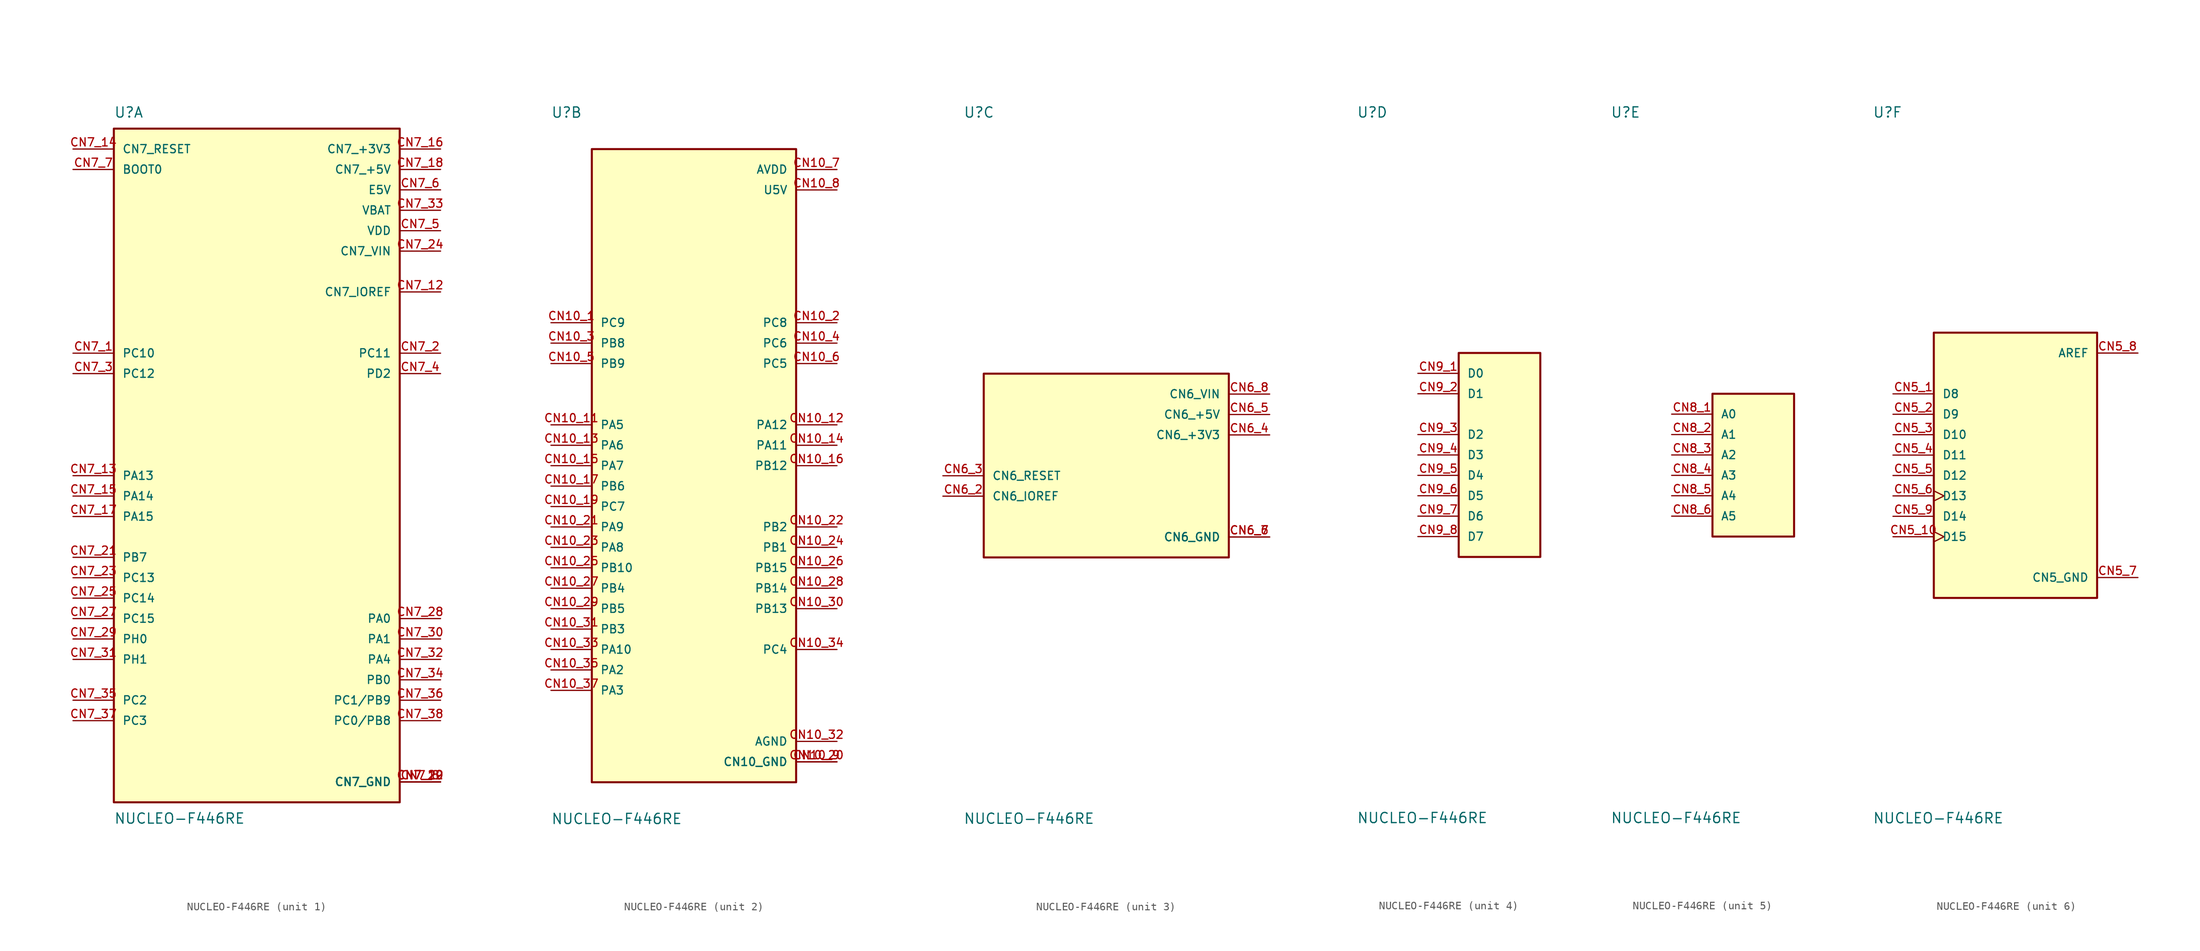
<source format=kicad_sym>
(kicad_symbol_lib
  (version 20231120)
  (generator "kicad_symbol_editor")
  (generator_version "8.0")
  (symbol "NUCLEO-F446RE"
    (pin_names
      (offset 1.016))
    (property "Reference" "U"
      (at -17.78 41.91 0)
      (effects (font (size 1.27 1.27)) (justify left bottom)))
    (property "Value" "NUCLEO-F446RE"
      (at -17.78 -44.45 0)
      (effects (font (size 1.27 1.27)) (justify left top)))
    (symbol "NUCLEO-F446RE_1_0"
      (rectangle (start -17.78 40.64) (end 17.78 -43.18) (stroke (width 0.254) (type default)) (fill (type background)))
      (pin bidirectional line (at -22.86 12.7 0) (length 5.08) (name "PC10" (effects (font (size 1.016 1.016)))) (number "CN7_1" (effects (font (size 1.016 1.016)))))
      (pin bidirectional line (at 22.86 20.32 180) (length 5.08) (name "CN7_IOREF" (effects (font (size 1.016 1.016)))) (number "CN7_12" (effects (font (size 1.016 1.016)))))
      (pin bidirectional line (at -22.86 -2.54 0) (length 5.08) (name "PA13" (effects (font (size 1.016 1.016)))) (number "CN7_13" (effects (font (size 1.016 1.016)))))
      (pin bidirectional line (at -22.86 38.1 0) (length 5.08) (name "CN7_RESET" (effects (font (size 1.016 1.016)))) (number "CN7_14" (effects (font (size 1.016 1.016)))))
      (pin bidirectional line (at -22.86 -5.08 0) (length 5.08) (name "PA14" (effects (font (size 1.016 1.016)))) (number "CN7_15" (effects (font (size 1.016 1.016)))))
      (pin power_in line (at 22.86 38.1 180) (length 5.08) (name "CN7_+3V3" (effects (font (size 1.016 1.016)))) (number "CN7_16" (effects (font (size 1.016 1.016)))))
      (pin bidirectional line (at -22.86 -7.62 0) (length 5.08) (name "PA15" (effects (font (size 1.016 1.016)))) (number "CN7_17" (effects (font (size 1.016 1.016)))))
      (pin power_in line (at 22.86 35.56 180) (length 5.08) (name "CN7_+5V" (effects (font (size 1.016 1.016)))) (number "CN7_18" (effects (font (size 1.016 1.016)))))
      (pin power_in line (at 22.86 -40.64 180) (length 5.08) (name "CN7_GND" (effects (font (size 1.016 1.016)))) (number "CN7_19" (effects (font (size 1.016 1.016)))))
      (pin bidirectional line (at 22.86 12.7 180) (length 5.08) (name "PC11" (effects (font (size 1.016 1.016)))) (number "CN7_2" (effects (font (size 1.016 1.016)))))
      (pin power_in line (at 22.86 -40.64 180) (length 5.08) (name "CN7_GND" (effects (font (size 1.016 1.016)))) (number "CN7_20" (effects (font (size 1.016 1.016)))))
      (pin bidirectional line (at -22.86 -12.7 0) (length 5.08) (name "PB7" (effects (font (size 1.016 1.016)))) (number "CN7_21" (effects (font (size 1.016 1.016)))))
      (pin power_in line (at 22.86 -40.64 180) (length 5.08) (name "CN7_GND" (effects (font (size 1.016 1.016)))) (number "CN7_22" (effects (font (size 1.016 1.016)))))
      (pin bidirectional line (at -22.86 -15.24 0) (length 5.08) (name "PC13" (effects (font (size 1.016 1.016)))) (number "CN7_23" (effects (font (size 1.016 1.016)))))
      (pin power_in line (at 22.86 25.4 180) (length 5.08) (name "CN7_VIN" (effects (font (size 1.016 1.016)))) (number "CN7_24" (effects (font (size 1.016 1.016)))))
      (pin bidirectional line (at -22.86 -17.78 0) (length 5.08) (name "PC14" (effects (font (size 1.016 1.016)))) (number "CN7_25" (effects (font (size 1.016 1.016)))))
      (pin bidirectional line (at -22.86 -20.32 0) (length 5.08) (name "PC15" (effects (font (size 1.016 1.016)))) (number "CN7_27" (effects (font (size 1.016 1.016)))))
      (pin bidirectional line (at 22.86 -20.32 180) (length 5.08) (name "PA0" (effects (font (size 1.016 1.016)))) (number "CN7_28" (effects (font (size 1.016 1.016)))))
      (pin bidirectional line (at -22.86 -22.86 0) (length 5.08) (name "PH0" (effects (font (size 1.016 1.016)))) (number "CN7_29" (effects (font (size 1.016 1.016)))))
      (pin bidirectional line (at -22.86 10.16 0) (length 5.08) (name "PC12" (effects (font (size 1.016 1.016)))) (number "CN7_3" (effects (font (size 1.016 1.016)))))
      (pin bidirectional line (at 22.86 -22.86 180) (length 5.08) (name "PA1" (effects (font (size 1.016 1.016)))) (number "CN7_30" (effects (font (size 1.016 1.016)))))
      (pin bidirectional line (at -22.86 -25.4 0) (length 5.08) (name "PH1" (effects (font (size 1.016 1.016)))) (number "CN7_31" (effects (font (size 1.016 1.016)))))
      (pin bidirectional line (at 22.86 -25.4 180) (length 5.08) (name "PA4" (effects (font (size 1.016 1.016)))) (number "CN7_32" (effects (font (size 1.016 1.016)))))
      (pin power_in line (at 22.86 30.48 180) (length 5.08) (name "VBAT" (effects (font (size 1.016 1.016)))) (number "CN7_33" (effects (font (size 1.016 1.016)))))
      (pin bidirectional line (at 22.86 -27.94 180) (length 5.08) (name "PB0" (effects (font (size 1.016 1.016)))) (number "CN7_34" (effects (font (size 1.016 1.016)))))
      (pin bidirectional line (at -22.86 -30.48 0) (length 5.08) (name "PC2" (effects (font (size 1.016 1.016)))) (number "CN7_35" (effects (font (size 1.016 1.016)))))
      (pin bidirectional line (at 22.86 -30.48 180) (length 5.08) (name "PC1/PB9" (effects (font (size 1.016 1.016)))) (number "CN7_36" (effects (font (size 1.016 1.016)))))
      (pin bidirectional line (at -22.86 -33.02 0) (length 5.08) (name "PC3" (effects (font (size 1.016 1.016)))) (number "CN7_37" (effects (font (size 1.016 1.016)))))
      (pin bidirectional line (at 22.86 -33.02 180) (length 5.08) (name "PC0/PB8" (effects (font (size 1.016 1.016)))) (number "CN7_38" (effects (font (size 1.016 1.016)))))
      (pin bidirectional line (at 22.86 10.16 180) (length 5.08) (name "PD2" (effects (font (size 1.016 1.016)))) (number "CN7_4" (effects (font (size 1.016 1.016)))))
      (pin power_in line (at 22.86 27.94 180) (length 5.08) (name "VDD" (effects (font (size 1.016 1.016)))) (number "CN7_5" (effects (font (size 1.016 1.016)))))
      (pin power_in line (at 22.86 33.02 180) (length 5.08) (name "E5V" (effects (font (size 1.016 1.016)))) (number "CN7_6" (effects (font (size 1.016 1.016)))))
      (pin bidirectional line (at -22.86 35.56 0) (length 5.08) (name "BOOT0" (effects (font (size 1.016 1.016)))) (number "CN7_7" (effects (font (size 1.016 1.016)))))
      (pin power_in line (at 22.86 -40.64 180) (length 5.08) (name "CN7_GND" (effects (font (size 1.016 1.016)))) (number "CN7_8" (effects (font (size 1.016 1.016))))))
    (symbol "NUCLEO-F446RE_2_0"
      (rectangle (start -12.7 38.1) (end 12.7 -40.64) (stroke (width 0.254) (type default)) (fill (type background)))
      (pin bidirectional line (at -17.78 16.51 0) (length 5.08) (name "PC9" (effects (font (size 1.016 1.016)))) (number "CN10_1" (effects (font (size 1.016 1.016)))))
      (pin bidirectional line (at -17.78 3.81 0) (length 5.08) (name "PA5" (effects (font (size 1.016 1.016)))) (number "CN10_11" (effects (font (size 1.016 1.016)))))
      (pin bidirectional line (at 17.78 3.81 180) (length 5.08) (name "PA12" (effects (font (size 1.016 1.016)))) (number "CN10_12" (effects (font (size 1.016 1.016)))))
      (pin bidirectional line (at -17.78 1.27 0) (length 5.08) (name "PA6" (effects (font (size 1.016 1.016)))) (number "CN10_13" (effects (font (size 1.016 1.016)))))
      (pin bidirectional line (at 17.78 1.27 180) (length 5.08) (name "PA11" (effects (font (size 1.016 1.016)))) (number "CN10_14" (effects (font (size 1.016 1.016)))))
      (pin bidirectional line (at -17.78 -1.27 0) (length 5.08) (name "PA7" (effects (font (size 1.016 1.016)))) (number "CN10_15" (effects (font (size 1.016 1.016)))))
      (pin bidirectional line (at 17.78 -1.27 180) (length 5.08) (name "PB12" (effects (font (size 1.016 1.016)))) (number "CN10_16" (effects (font (size 1.016 1.016)))))
      (pin bidirectional line (at -17.78 -3.81 0) (length 5.08) (name "PB6" (effects (font (size 1.016 1.016)))) (number "CN10_17" (effects (font (size 1.016 1.016)))))
      (pin bidirectional line (at -17.78 -6.35 0) (length 5.08) (name "PC7" (effects (font (size 1.016 1.016)))) (number "CN10_19" (effects (font (size 1.016 1.016)))))
      (pin bidirectional line (at 17.78 16.51 180) (length 5.08) (name "PC8" (effects (font (size 1.016 1.016)))) (number "CN10_2" (effects (font (size 1.016 1.016)))))
      (pin power_in line (at 17.78 -38.1 180) (length 5.08) (name "CN10_GND" (effects (font (size 1.016 1.016)))) (number "CN10_20" (effects (font (size 1.016 1.016)))))
      (pin bidirectional line (at -17.78 -8.89 0) (length 5.08) (name "PA9" (effects (font (size 1.016 1.016)))) (number "CN10_21" (effects (font (size 1.016 1.016)))))
      (pin bidirectional line (at 17.78 -8.89 180) (length 5.08) (name "PB2" (effects (font (size 1.016 1.016)))) (number "CN10_22" (effects (font (size 1.016 1.016)))))
      (pin bidirectional line (at -17.78 -11.43 0) (length 5.08) (name "PA8" (effects (font (size 1.016 1.016)))) (number "CN10_23" (effects (font (size 1.016 1.016)))))
      (pin bidirectional line (at 17.78 -11.43 180) (length 5.08) (name "PB1" (effects (font (size 1.016 1.016)))) (number "CN10_24" (effects (font (size 1.016 1.016)))))
      (pin bidirectional line (at -17.78 -13.97 0) (length 5.08) (name "PB10" (effects (font (size 1.016 1.016)))) (number "CN10_25" (effects (font (size 1.016 1.016)))))
      (pin bidirectional line (at 17.78 -13.97 180) (length 5.08) (name "PB15" (effects (font (size 1.016 1.016)))) (number "CN10_26" (effects (font (size 1.016 1.016)))))
      (pin bidirectional line (at -17.78 -16.51 0) (length 5.08) (name "PB4" (effects (font (size 1.016 1.016)))) (number "CN10_27" (effects (font (size 1.016 1.016)))))
      (pin bidirectional line (at 17.78 -16.51 180) (length 5.08) (name "PB14" (effects (font (size 1.016 1.016)))) (number "CN10_28" (effects (font (size 1.016 1.016)))))
      (pin bidirectional line (at -17.78 -19.05 0) (length 5.08) (name "PB5" (effects (font (size 1.016 1.016)))) (number "CN10_29" (effects (font (size 1.016 1.016)))))
      (pin bidirectional line (at -17.78 13.97 0) (length 5.08) (name "PB8" (effects (font (size 1.016 1.016)))) (number "CN10_3" (effects (font (size 1.016 1.016)))))
      (pin bidirectional line (at 17.78 -19.05 180) (length 5.08) (name "PB13" (effects (font (size 1.016 1.016)))) (number "CN10_30" (effects (font (size 1.016 1.016)))))
      (pin bidirectional line (at -17.78 -21.59 0) (length 5.08) (name "PB3" (effects (font (size 1.016 1.016)))) (number "CN10_31" (effects (font (size 1.016 1.016)))))
      (pin power_in line (at 17.78 -35.56 180) (length 5.08) (name "AGND" (effects (font (size 1.016 1.016)))) (number "CN10_32" (effects (font (size 1.016 1.016)))))
      (pin bidirectional line (at -17.78 -24.13 0) (length 5.08) (name "PA10" (effects (font (size 1.016 1.016)))) (number "CN10_33" (effects (font (size 1.016 1.016)))))
      (pin bidirectional line (at 17.78 -24.13 180) (length 5.08) (name "PC4" (effects (font (size 1.016 1.016)))) (number "CN10_34" (effects (font (size 1.016 1.016)))))
      (pin bidirectional line (at -17.78 -26.67 0) (length 5.08) (name "PA2" (effects (font (size 1.016 1.016)))) (number "CN10_35" (effects (font (size 1.016 1.016)))))
      (pin bidirectional line (at -17.78 -29.21 0) (length 5.08) (name "PA3" (effects (font (size 1.016 1.016)))) (number "CN10_37" (effects (font (size 1.016 1.016)))))
      (pin bidirectional line (at 17.78 13.97 180) (length 5.08) (name "PC6" (effects (font (size 1.016 1.016)))) (number "CN10_4" (effects (font (size 1.016 1.016)))))
      (pin bidirectional line (at -17.78 11.43 0) (length 5.08) (name "PB9" (effects (font (size 1.016 1.016)))) (number "CN10_5" (effects (font (size 1.016 1.016)))))
      (pin bidirectional line (at 17.78 11.43 180) (length 5.08) (name "PC5" (effects (font (size 1.016 1.016)))) (number "CN10_6" (effects (font (size 1.016 1.016)))))
      (pin power_in line (at 17.78 35.56 180) (length 5.08) (name "AVDD" (effects (font (size 1.016 1.016)))) (number "CN10_7" (effects (font (size 1.016 1.016)))))
      (pin power_in line (at 17.78 33.02 180) (length 5.08) (name "U5V" (effects (font (size 1.016 1.016)))) (number "CN10_8" (effects (font (size 1.016 1.016)))))
      (pin power_in line (at 17.78 -38.1 180) (length 5.08) (name "CN10_GND" (effects (font (size 1.016 1.016)))) (number "CN10_9" (effects (font (size 1.016 1.016))))))
    (symbol "NUCLEO-F446RE_3_0"
      (rectangle (start -15.24 -12.7) (end 15.24 10.16) (stroke (width 0.254) (type default)) (fill (type background)))
      (pin bidirectional line (at -20.32 -5.08 0) (length 5.08) (name "CN6_IOREF" (effects (font (size 1.016 1.016)))) (number "CN6_2" (effects (font (size 1.016 1.016)))))
      (pin bidirectional line (at -20.32 -2.54 0) (length 5.08) (name "CN6_RESET" (effects (font (size 1.016 1.016)))) (number "CN6_3" (effects (font (size 1.016 1.016)))))
      (pin power_in line (at 20.32 2.54 180) (length 5.08) (name "CN6_+3V3" (effects (font (size 1.016 1.016)))) (number "CN6_4" (effects (font (size 1.016 1.016)))))
      (pin power_in line (at 20.32 5.08 180) (length 5.08) (name "CN6_+5V" (effects (font (size 1.016 1.016)))) (number "CN6_5" (effects (font (size 1.016 1.016)))))
      (pin power_in line (at 20.32 -10.16 180) (length 5.08) (name "CN6_GND" (effects (font (size 1.016 1.016)))) (number "CN6_6" (effects (font (size 1.016 1.016)))))
      (pin power_in line (at 20.32 -10.16 180) (length 5.08) (name "CN6_GND" (effects (font (size 1.016 1.016)))) (number "CN6_7" (effects (font (size 1.016 1.016)))))
      (pin power_in line (at 20.32 7.62 180) (length 5.08) (name "CN6_VIN" (effects (font (size 1.016 1.016)))) (number "CN6_8" (effects (font (size 1.016 1.016))))))
    (symbol "NUCLEO-F446RE_4_0"
      (rectangle (start -5.08 -12.7) (end 5.08 12.7) (stroke (width 0.254) (type default)) (fill (type background)))
      (pin input line (at -10.16 10.16 0) (length 5.08) (name "D0" (effects (font (size 1.016 1.016)))) (number "CN9_1" (effects (font (size 1.016 1.016)))))
      (pin output line (at -10.16 7.62 0) (length 5.08) (name "D1" (effects (font (size 1.016 1.016)))) (number "CN9_2" (effects (font (size 1.016 1.016)))))
      (pin bidirectional line (at -10.16 2.54 0) (length 5.08) (name "D2" (effects (font (size 1.016 1.016)))) (number "CN9_3" (effects (font (size 1.016 1.016)))))
      (pin bidirectional line (at -10.16 0 0) (length 5.08) (name "D3" (effects (font (size 1.016 1.016)))) (number "CN9_4" (effects (font (size 1.016 1.016)))))
      (pin bidirectional line (at -10.16 -2.54 0) (length 5.08) (name "D4" (effects (font (size 1.016 1.016)))) (number "CN9_5" (effects (font (size 1.016 1.016)))))
      (pin bidirectional line (at -10.16 -5.08 0) (length 5.08) (name "D5" (effects (font (size 1.016 1.016)))) (number "CN9_6" (effects (font (size 1.016 1.016)))))
      (pin bidirectional line (at -10.16 -7.62 0) (length 5.08) (name "D6" (effects (font (size 1.016 1.016)))) (number "CN9_7" (effects (font (size 1.016 1.016)))))
      (pin bidirectional line (at -10.16 -10.16 0) (length 5.08) (name "D7" (effects (font (size 1.016 1.016)))) (number "CN9_8" (effects (font (size 1.016 1.016))))))
    (symbol "NUCLEO-F446RE_5_0"
      (rectangle (start -5.08 -10.16) (end 5.08 7.62) (stroke (width 0.254) (type default)) (fill (type background)))
      (pin input line (at -10.16 5.08 0) (length 5.08) (name "A0" (effects (font (size 1.016 1.016)))) (number "CN8_1" (effects (font (size 1.016 1.016)))))
      (pin input line (at -10.16 2.54 0) (length 5.08) (name "A1" (effects (font (size 1.016 1.016)))) (number "CN8_2" (effects (font (size 1.016 1.016)))))
      (pin input line (at -10.16 0 0) (length 5.08) (name "A2" (effects (font (size 1.016 1.016)))) (number "CN8_3" (effects (font (size 1.016 1.016)))))
      (pin input line (at -10.16 -2.54 0) (length 5.08) (name "A3" (effects (font (size 1.016 1.016)))) (number "CN8_4" (effects (font (size 1.016 1.016)))))
      (pin input line (at -10.16 -5.08 0) (length 5.08) (name "A4" (effects (font (size 1.016 1.016)))) (number "CN8_5" (effects (font (size 1.016 1.016)))))
      (pin input line (at -10.16 -7.62 0) (length 5.08) (name "A5" (effects (font (size 1.016 1.016)))) (number "CN8_6" (effects (font (size 1.016 1.016))))))
    (symbol "NUCLEO-F446RE_6_0"
      (rectangle (start -10.16 -17.78) (end 10.16 15.24) (stroke (width 0.254) (type default)) (fill (type background)))
      (pin bidirectional line (at -15.24 7.62 0) (length 5.08) (name "D8" (effects (font (size 1.016 1.016)))) (number "CN5_1" (effects (font (size 1.016 1.016)))))
      (pin bidirectional clock (at -15.24 -10.16 0) (length 5.08) (name "D15" (effects (font (size 1.016 1.016)))) (number "CN5_10" (effects (font (size 1.016 1.016)))))
      (pin bidirectional line (at -15.24 5.08 0) (length 5.08) (name "D9" (effects (font (size 1.016 1.016)))) (number "CN5_2" (effects (font (size 1.016 1.016)))))
      (pin bidirectional line (at -15.24 2.54 0) (length 5.08) (name "D10" (effects (font (size 1.016 1.016)))) (number "CN5_3" (effects (font (size 1.016 1.016)))))
      (pin bidirectional line (at -15.24 0 0) (length 5.08) (name "D11" (effects (font (size 1.016 1.016)))) (number "CN5_4" (effects (font (size 1.016 1.016)))))
      (pin bidirectional line (at -15.24 -2.54 0) (length 5.08) (name "D12" (effects (font (size 1.016 1.016)))) (number "CN5_5" (effects (font (size 1.016 1.016)))))
      (pin bidirectional clock (at -15.24 -5.08 0) (length 5.08) (name "D13" (effects (font (size 1.016 1.016)))) (number "CN5_6" (effects (font (size 1.016 1.016)))))
      (pin power_in line (at 15.24 -15.24 180) (length 5.08) (name "CN5_GND" (effects (font (size 1.016 1.016)))) (number "CN5_7" (effects (font (size 1.016 1.016)))))
      (pin power_in line (at 15.24 12.7 180) (length 5.08) (name "AREF" (effects (font (size 1.016 1.016)))) (number "CN5_8" (effects (font (size 1.016 1.016)))))
      (pin bidirectional line (at -15.24 -7.62 0) (length 5.08) (name "D14" (effects (font (size 1.016 1.016)))) (number "CN5_9" (effects (font (size 1.016 1.016))))))))
</source>
